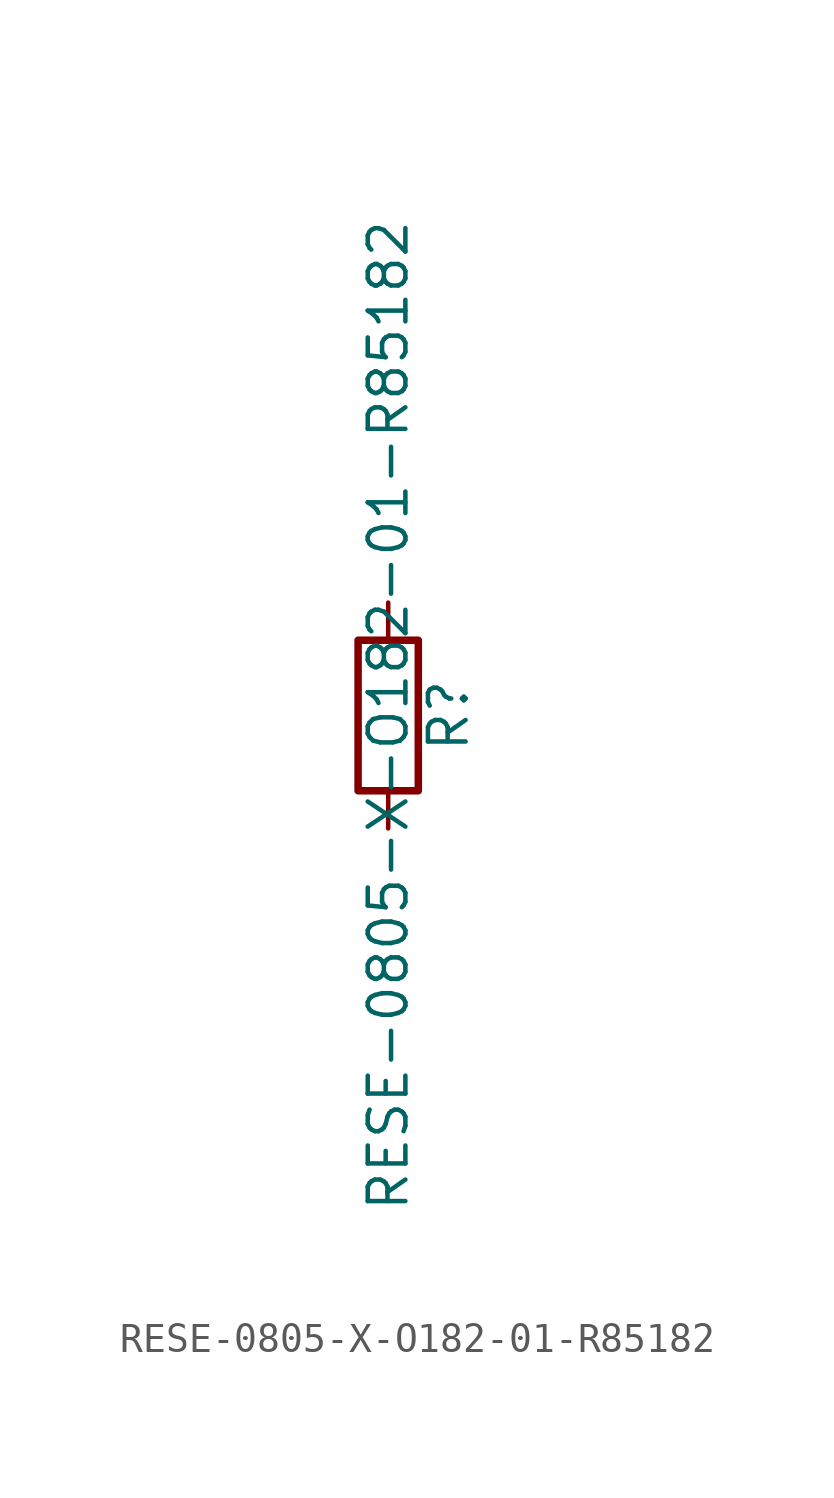
<source format=kicad_sym>
(kicad_symbol_lib
  (version 20211014)
  (generator kicad_symbol_editor)
  (symbol "RESE-0805-X-O182-01-R85182"
    (pin_numbers hide)
    (pin_names
      (offset 0))
    (property "Reference" "R"
      (at 2.032 0 90)
      (effects (font (size 1.27 1.27))))
    (property "Value" "RESE-0805-X-O182-01-R85182"
      (at 0 0 90)
      (effects (font (size 1.27 1.27))))
    (symbol "RESE-0805-X-O182-01-R85182_0_1"
      (rectangle (start -1.016 -2.54) (end 1.016 2.54) (stroke (width 0.254) (type default) (color 0 0 0 0)) (fill (type none))))
    (symbol "RESE-0805-X-O182-01-R85182_1_1"
      (pin passive line (at 0 3.81 270) (length 1.27) (name "~" (effects (font (size 1.27 1.27)))) (number "1" (effects (font (size 1.27 1.27)))))
      (pin passive line (at 0 -3.81 90) (length 1.27) (name "~" (effects (font (size 1.27 1.27)))) (number "2" (effects (font (size 1.27 1.27))))))))
</source>
